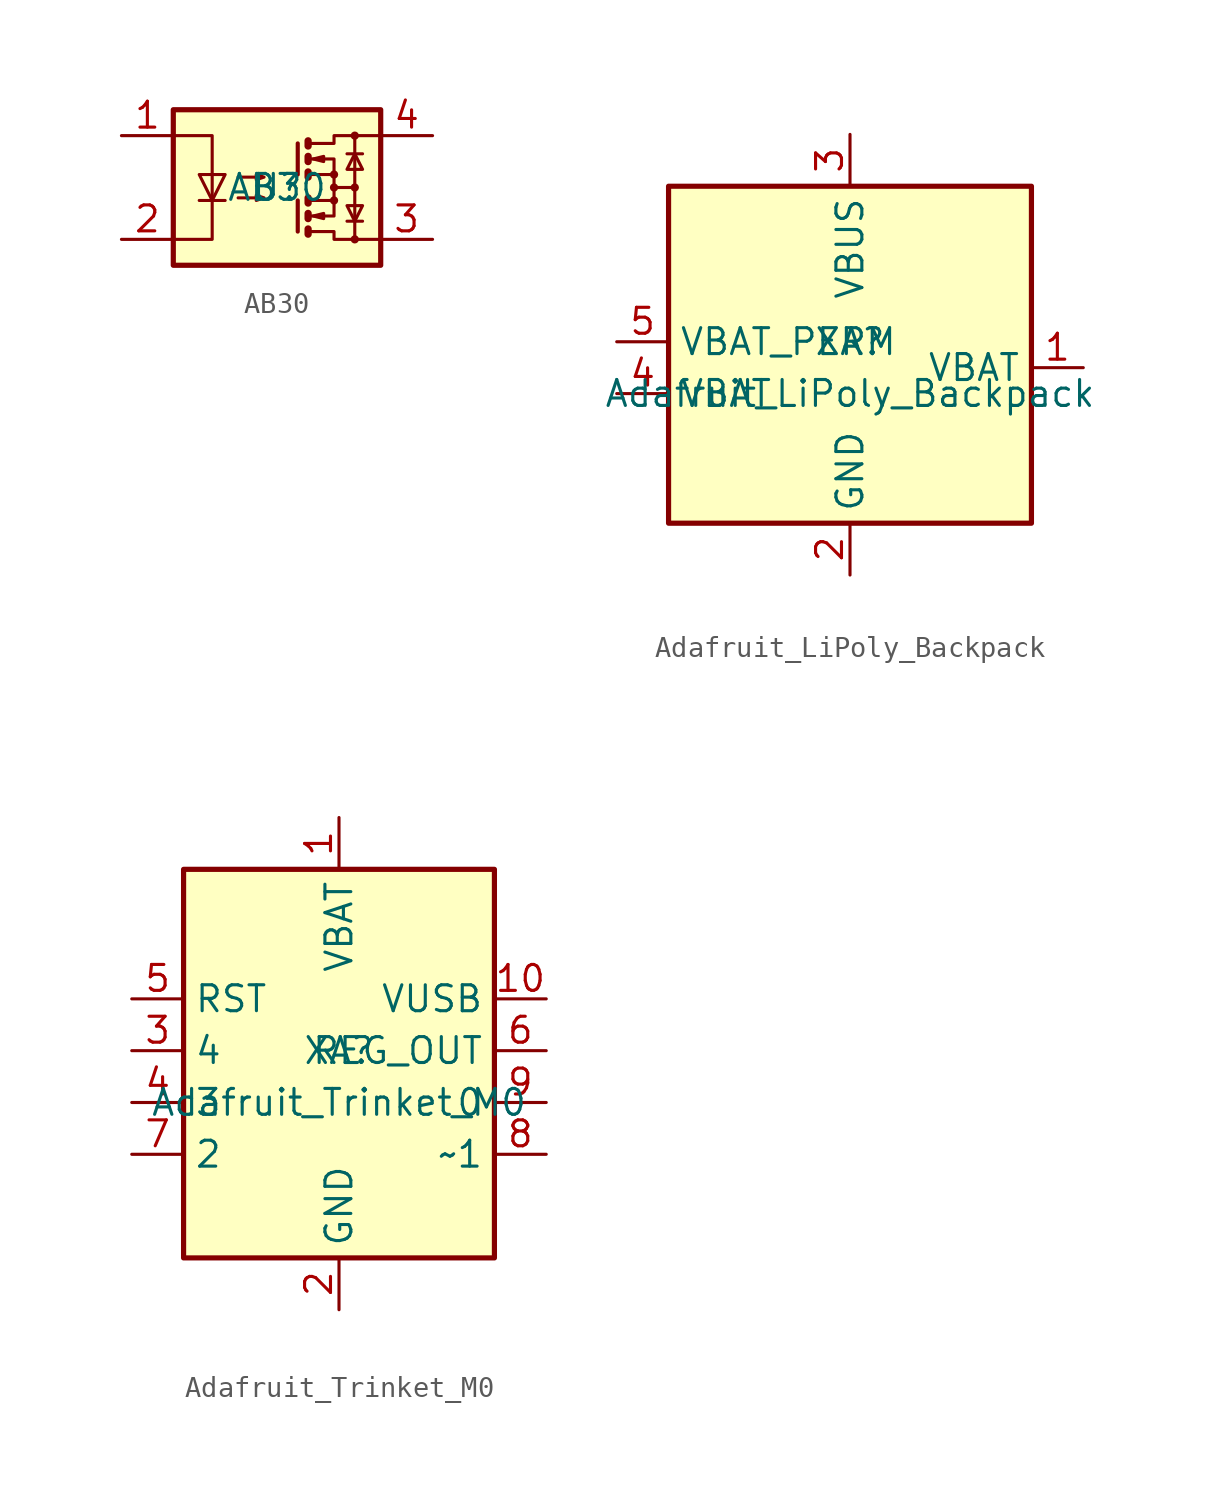
<source format=kicad_sym>
(kicad_symbol_lib
  (version 20211014)
  (generator kicad_symbol_editor)
  (symbol "AB30"
    (property "Reference" "U"
      (at 0 0 0)
      (effects (font (size 1.27 1.27))))
    (property "Value" "AB30"
      (at 0 0 0)
      (effects (font (size 1.27 1.27))))
    (symbol "AB30_0_1"
      (rectangle (start -5.08 3.81) (end 5.08 -3.81) (stroke (width 0.254) (type default) (color 0 0 0 0)) (fill (type background)))
      (polyline (pts (xy -3.81 -0.635) (xy -2.54 -0.635)) (stroke (width 0) (type default) (color 0 0 0 0)) (fill (type none)))
      (polyline (pts (xy 1.016 -0.635) (xy 1.016 -2.159)) (stroke (width 0.203) (type default) (color 0 0 0 0)) (fill (type none)))
      (polyline (pts (xy 1.016 2.159) (xy 1.016 0.635)) (stroke (width 0.203) (type default) (color 0 0 0 0)) (fill (type none)))
      (polyline (pts (xy 1.524 -0.508) (xy 1.524 -0.762)) (stroke (width 0.356) (type default) (color 0 0 0 0)) (fill (type none)))
      (polyline (pts (xy 2.794 0) (xy 3.81 0)) (stroke (width 0) (type default) (color 0 0 0 0)) (fill (type none)))
      (polyline (pts (xy 3.429 -1.651) (xy 4.191 -1.651)) (stroke (width 0) (type default) (color 0 0 0 0)) (fill (type none)))
      (polyline (pts (xy 3.429 1.651) (xy 4.191 1.651)) (stroke (width 0) (type default) (color 0 0 0 0)) (fill (type none)))
      (polyline (pts (xy 3.81 -2.54) (xy 3.81 2.54)) (stroke (width 0) (type default) (color 0 0 0 0)) (fill (type none)))
      (polyline (pts (xy 1.524 -2.032) (xy 1.524 -2.286) (xy 1.524 -2.286)) (stroke (width 0.356) (type default) (color 0 0 0 0)) (fill (type none)))
      (polyline (pts (xy 1.524 -1.27) (xy 1.524 -1.524) (xy 1.524 -1.524)) (stroke (width 0.356) (type default) (color 0 0 0 0)) (fill (type none)))
      (polyline (pts (xy 1.524 0.762) (xy 1.524 0.508) (xy 1.524 0.508)) (stroke (width 0.356) (type default) (color 0 0 0 0)) (fill (type none)))
      (polyline (pts (xy 1.524 1.524) (xy 1.524 1.27) (xy 1.524 1.27)) (stroke (width 0.356) (type default) (color 0 0 0 0)) (fill (type none)))
      (polyline (pts (xy 1.524 2.286) (xy 1.524 2.032) (xy 1.524 2.032)) (stroke (width 0.356) (type default) (color 0 0 0 0)) (fill (type none)))
      (polyline (pts (xy 1.651 -1.397) (xy 2.794 -1.397) (xy 2.794 -0.635)) (stroke (width 0) (type default) (color 0 0 0 0)) (fill (type none)))
      (polyline (pts (xy 1.651 1.397) (xy 2.794 1.397) (xy 2.794 0.635)) (stroke (width 0) (type default) (color 0 0 0 0)) (fill (type none)))
      (polyline (pts (xy -5.08 2.54) (xy -3.175 2.54) (xy -3.175 -2.54) (xy -5.08 -2.54)) (stroke (width 0) (type default) (color 0 0 0 0)) (fill (type none)))
      (polyline (pts (xy -3.175 -0.635) (xy -3.81 0.635) (xy -2.54 0.635) (xy -3.175 -0.635)) (stroke (width 0) (type default) (color 0 0 0 0)) (fill (type none)))
      (polyline (pts (xy 1.651 -2.159) (xy 2.794 -2.159) (xy 2.794 -2.54) (xy 5.08 -2.54)) (stroke (width 0) (type default) (color 0 0 0 0)) (fill (type none)))
      (polyline (pts (xy 1.651 -0.635) (xy 2.794 -0.635) (xy 2.794 0.635) (xy 1.651 0.635)) (stroke (width 0) (type default) (color 0 0 0 0)) (fill (type none)))
      (polyline (pts (xy 1.651 2.159) (xy 2.794 2.159) (xy 2.794 2.54) (xy 5.08 2.54)) (stroke (width 0) (type default) (color 0 0 0 0)) (fill (type none)))
      (polyline (pts (xy 1.778 -1.397) (xy 2.286 -1.27) (xy 2.286 -1.524) (xy 1.778 -1.397)) (stroke (width 0) (type default) (color 0 0 0 0)) (fill (type none)))
      (polyline (pts (xy 1.778 1.397) (xy 2.286 1.524) (xy 2.286 1.27) (xy 1.778 1.397)) (stroke (width 0) (type default) (color 0 0 0 0)) (fill (type none)))
      (polyline (pts (xy 3.81 -1.651) (xy 3.429 -0.889) (xy 4.191 -0.889) (xy 3.81 -1.651)) (stroke (width 0) (type default) (color 0 0 0 0)) (fill (type none)))
      (polyline (pts (xy 3.81 1.651) (xy 3.429 0.889) (xy 4.191 0.889) (xy 3.81 1.651)) (stroke (width 0) (type default) (color 0 0 0 0)) (fill (type none)))
      (polyline (pts (xy -1.905 -0.508) (xy -0.635 -0.508) (xy -1.016 -0.635) (xy -1.016 -0.381) (xy -0.635 -0.508)) (stroke (width 0) (type default) (color 0 0 0 0)) (fill (type none)))
      (polyline (pts (xy -1.905 0.508) (xy -0.635 0.508) (xy -1.016 0.381) (xy -1.016 0.635) (xy -0.635 0.508)) (stroke (width 0) (type default) (color 0 0 0 0)) (fill (type none)))
      (circle (center 2.794 -0.635) (radius 0.127) (stroke (width 0) (type default) (color 0 0 0 0)) (fill (type none)))
      (circle (center 2.794 0) (radius 0.127) (stroke (width 0) (type default) (color 0 0 0 0)) (fill (type none)))
      (circle (center 2.794 0.635) (radius 0.127) (stroke (width 0) (type default) (color 0 0 0 0)) (fill (type none)))
      (circle (center 3.81 -2.54) (radius 0.127) (stroke (width 0) (type default) (color 0 0 0 0)) (fill (type none)))
      (circle (center 3.81 0) (radius 0.127) (stroke (width 0) (type default) (color 0 0 0 0)) (fill (type none)))
      (circle (center 3.81 2.54) (radius 0.127) (stroke (width 0) (type default) (color 0 0 0 0)) (fill (type none))))
    (symbol "AB30_1_1"
      (pin passive line (at -7.62 2.54 0) (length 2.54) (name "~" (effects (font (size 1.27 1.27)))) (number "1" (effects (font (size 1.27 1.27)))))
      (pin passive line (at -7.62 -2.54 0) (length 2.54) (name "~" (effects (font (size 1.27 1.27)))) (number "2" (effects (font (size 1.27 1.27)))))
      (pin passive line (at 7.62 -2.54 180) (length 2.54) (name "~" (effects (font (size 1.27 1.27)))) (number "3" (effects (font (size 1.27 1.27)))))
      (pin passive line (at 7.62 2.54 180) (length 2.54) (name "~" (effects (font (size 1.27 1.27)))) (number "4" (effects (font (size 1.27 1.27)))))))
  (symbol "Adafruit_LiPoly_Backpack"
    (property "Reference" "XA"
      (at 0 1.27 0)
      (effects (font (size 1.27 1.27))))
    (property "Value" "Adafruit_LiPoly_Backpack"
      (at 0 -1.27 0)
      (effects (font (size 1.27 1.27))))
    (symbol "Adafruit_LiPoly_Backpack_1_1"
      (rectangle (start -8.89 8.89) (end 8.89 -7.62) (stroke (width 0.254) (type default) (color 0 0 0 0)) (fill (type background)))
      (pin power_out line (at 11.43 0 180) (length 2.54) (name "VBAT" (effects (font (size 1.27 1.27)))) (number "1" (effects (font (size 1.27 1.27)))))
      (pin power_in line (at 0 -10.16 90) (length 2.54) (name "GND" (effects (font (size 1.27 1.27)))) (number "2" (effects (font (size 1.27 1.27)))))
      (pin power_in line (at 0 11.43 270) (length 2.54) (name "VBUS" (effects (font (size 1.27 1.27)))) (number "3" (effects (font (size 1.27 1.27)))))
      (pin power_in line (at -11.43 -1.27 0) (length 2.54) (name "VBAT" (effects (font (size 1.27 1.27)))) (number "4" (effects (font (size 1.27 1.27)))))
      (pin power_out line (at -11.43 1.27 0) (length 2.54) (name "VBAT_PERM" (effects (font (size 1.27 1.27)))) (number "5" (effects (font (size 1.27 1.27)))))
      (pin passive line (at 0 -10.16 90) (length 2.54) hide (name "MNT" (effects (font (size 1.27 1.27)))) (number "6" (effects (font (size 1.27 1.27)))))))
  (symbol "Adafruit_Trinket_M0"
    (property "Reference" "XA"
      (at 0 1.27 0)
      (effects (font (size 1.27 1.27))))
    (property "Value" "Adafruit_Trinket_M0"
      (at 0 -1.27 0)
      (effects (font (size 1.27 1.27))))
    (symbol "Adafruit_Trinket_M0_1_1"
      (rectangle (start -7.62 10.16) (end 7.62 -8.89) (stroke (width 0.254) (type default) (color 0 0 0 0)) (fill (type background)))
      (pin power_in line (at 0 12.7 270) (length 2.54) (name "VBAT" (effects (font (size 1.27 1.27)))) (number "1" (effects (font (size 1.27 1.27)))))
      (pin power_out line (at 10.16 3.81 180) (length 2.54) (name "VUSB" (effects (font (size 1.27 1.27)))) (number "10" (effects (font (size 1.27 1.27)))))
      (pin passive line (at 0 -11.43 90) (length 2.54) hide (name "MNT" (effects (font (size 1.27 1.27)))) (number "11" (effects (font (size 1.27 1.27)))))
      (pin passive line (at 0 -11.43 90) (length 2.54) hide (name "MNT" (effects (font (size 1.27 1.27)))) (number "12" (effects (font (size 1.27 1.27)))))
      (pin power_in line (at 0 -11.43 90) (length 2.54) (name "GND" (effects (font (size 1.27 1.27)))) (number "2" (effects (font (size 1.27 1.27)))))
      (pin bidirectional line (at -10.16 1.27 0) (length 2.54) (name "4" (effects (font (size 1.27 1.27)))) (number "3" (effects (font (size 1.27 1.27)))))
      (pin bidirectional line (at -10.16 -1.27 0) (length 2.54) (name "3" (effects (font (size 1.27 1.27)))) (number "4" (effects (font (size 1.27 1.27)))))
      (pin input line (at -10.16 3.81 0) (length 2.54) (name "RST" (effects (font (size 1.27 1.27)))) (number "5" (effects (font (size 1.27 1.27)))))
      (pin power_out line (at 10.16 1.27 180) (length 2.54) (name "REG_OUT" (effects (font (size 1.27 1.27)))) (number "6" (effects (font (size 1.27 1.27)))))
      (pin bidirectional line (at -10.16 -3.81 0) (length 2.54) (name "2" (effects (font (size 1.27 1.27)))) (number "7" (effects (font (size 1.27 1.27)))))
      (pin bidirectional line (at 10.16 -3.81 180) (length 2.54) (name "~1" (effects (font (size 1.27 1.27)))) (number "8" (effects (font (size 1.27 1.27)))))
      (pin bidirectional line (at 10.16 -1.27 180) (length 2.54) (name "0" (effects (font (size 1.27 1.27)))) (number "9" (effects (font (size 1.27 1.27))))))))
</source>
